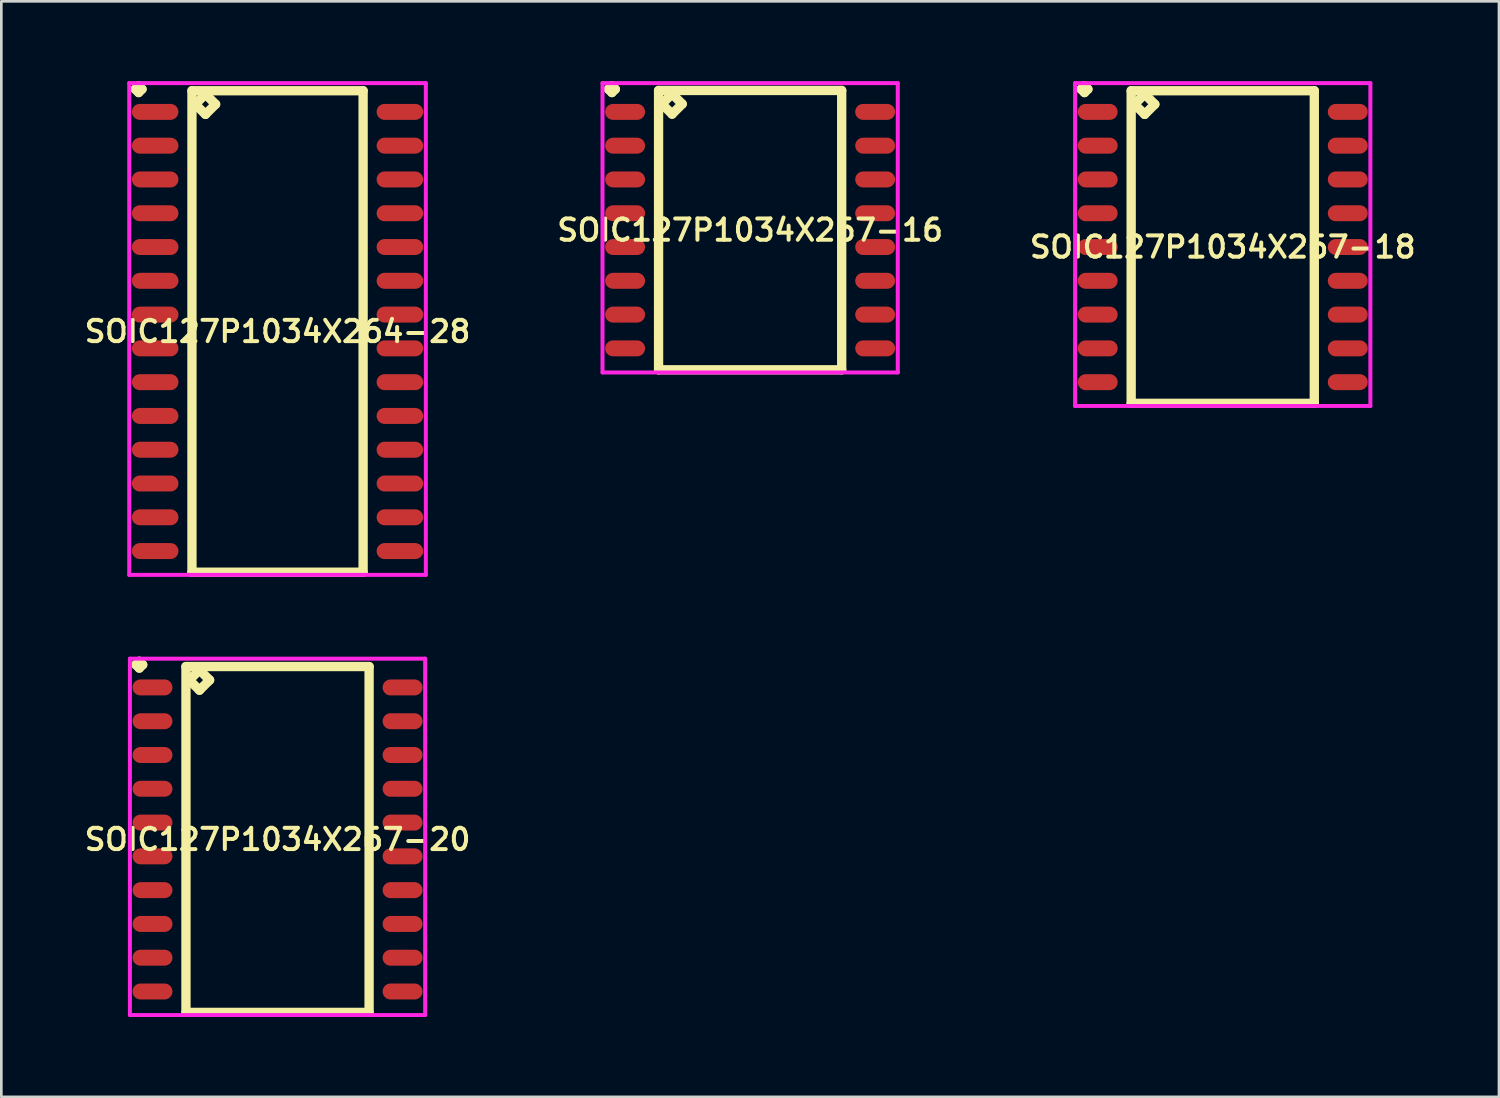
<source format=kicad_pcb>
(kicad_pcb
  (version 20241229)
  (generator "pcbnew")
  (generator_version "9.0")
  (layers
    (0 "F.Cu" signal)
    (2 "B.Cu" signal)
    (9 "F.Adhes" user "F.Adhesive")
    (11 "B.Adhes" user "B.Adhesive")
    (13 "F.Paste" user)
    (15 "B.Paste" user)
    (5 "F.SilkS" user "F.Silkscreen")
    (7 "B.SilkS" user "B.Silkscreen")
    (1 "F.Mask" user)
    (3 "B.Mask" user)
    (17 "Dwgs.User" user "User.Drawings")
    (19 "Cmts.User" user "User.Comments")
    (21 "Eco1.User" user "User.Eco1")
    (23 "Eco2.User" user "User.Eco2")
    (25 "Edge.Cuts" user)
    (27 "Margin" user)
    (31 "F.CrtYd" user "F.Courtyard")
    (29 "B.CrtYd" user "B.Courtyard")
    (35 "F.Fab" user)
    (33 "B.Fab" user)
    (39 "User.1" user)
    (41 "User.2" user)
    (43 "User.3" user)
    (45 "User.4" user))
  (footprint "SOIC127P1034X267-20"
    (layer "F.Cu")
    (at 7.383 28.507)
    (property "Reference" "SOIC127P1034X267-20" (at 0 0 0) (layer "F.SilkS") (effects (font (size 0.8 0.8) (thickness 0.15))))
    (attr through_hole)
    (fp_line (start -5.323 -6.569) (end -5.196 -6.696) (stroke (width 0.35) (type solid)) (layer "F.SilkS"))
    (fp_line (start -5.196 -6.696) (end -5.069 -6.569) (stroke (width 0.35) (type solid)) (layer "F.SilkS"))
    (fp_line (start -5.196 -6.442) (end -5.323 -6.569) (stroke (width 0.35) (type solid)) (layer "F.SilkS"))
    (fp_line (start -5.069 -6.569) (end -5.196 -6.442) (stroke (width 0.35) (type solid)) (layer "F.SilkS"))
    (fp_line (start -3.442 -6.5) (end -3.442 6.5) (stroke (width 0.35) (type solid)) (layer "F.SilkS"))
    (fp_line (start -3.442 6.5) (end 3.442 6.5) (stroke (width 0.35) (type solid)) (layer "F.SilkS"))
    (fp_line (start -3.315 -5.992) (end -2.934 -6.373) (stroke (width 0.35) (type solid)) (layer "F.SilkS"))
    (fp_line (start -2.934 -6.373) (end -2.553 -5.992) (stroke (width 0.35) (type solid)) (layer "F.SilkS"))
    (fp_line (start -2.934 -5.611) (end -3.315 -5.992) (stroke (width 0.35) (type solid)) (layer "F.SilkS"))
    (fp_line (start -2.553 -5.992) (end -2.934 -5.611) (stroke (width 0.35) (type solid)) (layer "F.SilkS"))
    (fp_line (start 3.442 -6.5) (end -3.442 -6.5) (stroke (width 0.35) (type solid)) (layer "F.SilkS"))
    (fp_line (start 3.442 6.5) (end 3.442 -6.5) (stroke (width 0.35) (type solid)) (layer "F.SilkS"))
    (fp_line (start -5.55 -6.796) (end 5.55 -6.796) (stroke (width 0.15) (type solid)) (layer "F.CrtYd"))
    (fp_line (start -5.55 6.6) (end -5.55 -6.796) (stroke (width 0.15) (type solid)) (layer "F.CrtYd"))
    (fp_line (start 5.55 -6.796) (end 5.55 6.6) (stroke (width 0.15) (type solid)) (layer "F.CrtYd"))
    (fp_line (start 5.55 6.6) (end -5.55 6.6) (stroke (width 0.15) (type solid)) (layer "F.CrtYd"))
    (pad "1" smd oval (at -4.7 -5.715) (size 1.5 0.6) (layers "F.Cu" "F.Mask" "F.Paste"))
    (pad "2" smd oval (at -4.7 -4.445) (size 1.5 0.6) (layers "F.Cu" "F.Mask" "F.Paste"))
    (pad "3" smd oval (at -4.7 -3.175) (size 1.5 0.6) (layers "F.Cu" "F.Mask" "F.Paste"))
    (pad "4" smd oval (at -4.7 -1.905) (size 1.5 0.6) (layers "F.Cu" "F.Mask" "F.Paste"))
    (pad "5" smd oval (at -4.7 -0.635) (size 1.5 0.6) (layers "F.Cu" "F.Mask" "F.Paste"))
    (pad "6" smd oval (at -4.7 0.635) (size 1.5 0.6) (layers "F.Cu" "F.Mask" "F.Paste"))
    (pad "7" smd oval (at -4.7 1.905) (size 1.5 0.6) (layers "F.Cu" "F.Mask" "F.Paste"))
    (pad "8" smd oval (at -4.7 3.175) (size 1.5 0.6) (layers "F.Cu" "F.Mask" "F.Paste"))
    (pad "9" smd oval (at -4.7 4.445) (size 1.5 0.6) (layers "F.Cu" "F.Mask" "F.Paste"))
    (pad "10" smd oval (at -4.7 5.715) (size 1.5 0.6) (layers "F.Cu" "F.Mask" "F.Paste"))
    (pad "11" smd oval (at 4.7 5.715) (size 1.5 0.6) (layers "F.Cu" "F.Mask" "F.Paste"))
    (pad "12" smd oval (at 4.7 4.445) (size 1.5 0.6) (layers "F.Cu" "F.Mask" "F.Paste"))
    (pad "13" smd oval (at 4.7 3.175) (size 1.5 0.6) (layers "F.Cu" "F.Mask" "F.Paste"))
    (pad "14" smd oval (at 4.7 1.905) (size 1.5 0.6) (layers "F.Cu" "F.Mask" "F.Paste"))
    (pad "15" smd oval (at 4.7 0.635) (size 1.5 0.6) (layers "F.Cu" "F.Mask" "F.Paste"))
    (pad "16" smd oval (at 4.7 -0.635) (size 1.5 0.6) (layers "F.Cu" "F.Mask" "F.Paste"))
    (pad "17" smd oval (at 4.7 -1.905) (size 1.5 0.6) (layers "F.Cu" "F.Mask" "F.Paste"))
    (pad "18" smd oval (at 4.7 -3.175) (size 1.5 0.6) (layers "F.Cu" "F.Mask" "F.Paste"))
    (pad "19" smd oval (at 4.7 -4.445) (size 1.5 0.6) (layers "F.Cu" "F.Mask" "F.Paste"))
    (pad "20" smd oval (at 4.7 -5.715) (size 1.5 0.6) (layers "F.Cu" "F.Mask" "F.Paste")))
  (footprint "SOIC127P1034X267-18"
    (layer "F.Cu")
    (at 42.915 6.236)
    (property "Reference" "SOIC127P1034X267-18" (at 0 0 0) (layer "F.SilkS") (effects (font (size 0.8 0.8) (thickness 0.15))))
    (attr smd)
    (fp_line (start -5.323 -5.934) (end -5.196 -6.061) (stroke (width 0.35) (type solid)) (layer "F.SilkS"))
    (fp_line (start -5.196 -6.061) (end -5.069 -5.934) (stroke (width 0.35) (type solid)) (layer "F.SilkS"))
    (fp_line (start -5.196 -5.807) (end -5.323 -5.934) (stroke (width 0.35) (type solid)) (layer "F.SilkS"))
    (fp_line (start -5.069 -5.934) (end -5.196 -5.807) (stroke (width 0.35) (type solid)) (layer "F.SilkS"))
    (fp_line (start -3.442 -5.875) (end -3.442 5.875) (stroke (width 0.35) (type solid)) (layer "F.SilkS"))
    (fp_line (start -3.442 5.875) (end 3.442 5.875) (stroke (width 0.35) (type solid)) (layer "F.SilkS"))
    (fp_line (start -3.315 -5.367) (end -2.934 -5.748) (stroke (width 0.35) (type solid)) (layer "F.SilkS"))
    (fp_line (start -2.934 -5.748) (end -2.553 -5.367) (stroke (width 0.35) (type solid)) (layer "F.SilkS"))
    (fp_line (start -2.934 -4.986) (end -3.315 -5.367) (stroke (width 0.35) (type solid)) (layer "F.SilkS"))
    (fp_line (start -2.553 -5.367) (end -2.934 -4.986) (stroke (width 0.35) (type solid)) (layer "F.SilkS"))
    (fp_line (start 3.442 -5.875) (end -3.442 -5.875) (stroke (width 0.35) (type solid)) (layer "F.SilkS"))
    (fp_line (start 3.442 5.875) (end 3.442 -5.875) (stroke (width 0.35) (type solid)) (layer "F.SilkS"))
    (fp_line (start -5.55 -6.161) (end 5.55 -6.161) (stroke (width 0.15) (type solid)) (layer "F.CrtYd"))
    (fp_line (start -5.55 5.975) (end -5.55 -6.161) (stroke (width 0.15) (type solid)) (layer "F.CrtYd"))
    (fp_line (start 5.55 -6.161) (end 5.55 5.975) (stroke (width 0.15) (type solid)) (layer "F.CrtYd"))
    (fp_line (start 5.55 5.975) (end -5.55 5.975) (stroke (width 0.15) (type solid)) (layer "F.CrtYd"))
    (pad "1" smd oval (at -4.7 -5.08) (size 1.5 0.6) (layers "F.Cu" "F.Mask" "F.Paste"))
    (pad "2" smd oval (at -4.7 -3.81) (size 1.5 0.6) (layers "F.Cu" "F.Mask" "F.Paste"))
    (pad "3" smd oval (at -4.7 -2.54) (size 1.5 0.6) (layers "F.Cu" "F.Mask" "F.Paste"))
    (pad "4" smd oval (at -4.7 -1.27) (size 1.5 0.6) (layers "F.Cu" "F.Mask" "F.Paste"))
    (pad "5" smd oval (at -4.7 0) (size 1.5 0.6) (layers "F.Cu" "F.Mask" "F.Paste"))
    (pad "6" smd oval (at -4.7 1.27) (size 1.5 0.6) (layers "F.Cu" "F.Mask" "F.Paste"))
    (pad "7" smd oval (at -4.7 2.54) (size 1.5 0.6) (layers "F.Cu" "F.Mask" "F.Paste"))
    (pad "8" smd oval (at -4.7 3.81) (size 1.5 0.6) (layers "F.Cu" "F.Mask" "F.Paste"))
    (pad "9" smd oval (at -4.7 5.08) (size 1.5 0.6) (layers "F.Cu" "F.Mask" "F.Paste"))
    (pad "10" smd oval (at 4.7 5.08) (size 1.5 0.6) (layers "F.Cu" "F.Mask" "F.Paste"))
    (pad "11" smd oval (at 4.7 3.81) (size 1.5 0.6) (layers "F.Cu" "F.Mask" "F.Paste"))
    (pad "12" smd oval (at 4.7 2.54) (size 1.5 0.6) (layers "F.Cu" "F.Mask" "F.Paste"))
    (pad "13" smd oval (at 4.7 1.27) (size 1.5 0.6) (layers "F.Cu" "F.Mask" "F.Paste"))
    (pad "14" smd oval (at 4.7 0) (size 1.5 0.6) (layers "F.Cu" "F.Mask" "F.Paste"))
    (pad "15" smd oval (at 4.7 -1.27) (size 1.5 0.6) (layers "F.Cu" "F.Mask" "F.Paste"))
    (pad "16" smd oval (at 4.7 -2.54) (size 1.5 0.6) (layers "F.Cu" "F.Mask" "F.Paste"))
    (pad "17" smd oval (at 4.7 -3.81) (size 1.5 0.6) (layers "F.Cu" "F.Mask" "F.Paste"))
    (pad "18" smd oval (at 4.7 -5.08) (size 1.5 0.6) (layers "F.Cu" "F.Mask" "F.Paste")))
  (footprint "SOIC127P1034X264-28"
    (layer "F.Cu")
    (at 7.383 9.411)
    (property "Reference" "SOIC127P1034X264-28" (at 0 0 0) (layer "F.SilkS") (effects (font (size 0.8 0.8) (thickness 0.15))))
    (attr through_hole)
    (fp_line (start -5.348 -9.109) (end -5.221 -9.236) (stroke (width 0.35) (type solid)) (layer "F.SilkS"))
    (fp_line (start -5.221 -9.236) (end -5.094 -9.109) (stroke (width 0.35) (type solid)) (layer "F.SilkS"))
    (fp_line (start -5.221 -8.982) (end -5.348 -9.109) (stroke (width 0.35) (type solid)) (layer "F.SilkS"))
    (fp_line (start -5.094 -9.109) (end -5.221 -8.982) (stroke (width 0.35) (type solid)) (layer "F.SilkS"))
    (fp_line (start -3.217 -9.05) (end -3.217 9.05) (stroke (width 0.35) (type solid)) (layer "F.SilkS"))
    (fp_line (start -3.217 9.05) (end 3.217 9.05) (stroke (width 0.35) (type solid)) (layer "F.SilkS"))
    (fp_line (start -3.09 -8.542) (end -2.709 -8.923) (stroke (width 0.35) (type solid)) (layer "F.SilkS"))
    (fp_line (start -2.709 -8.923) (end -2.328 -8.542) (stroke (width 0.35) (type solid)) (layer "F.SilkS"))
    (fp_line (start -2.709 -8.161) (end -3.09 -8.542) (stroke (width 0.35) (type solid)) (layer "F.SilkS"))
    (fp_line (start -2.328 -8.542) (end -2.709 -8.161) (stroke (width 0.35) (type solid)) (layer "F.SilkS"))
    (fp_line (start 3.217 -9.05) (end -3.217 -9.05) (stroke (width 0.35) (type solid)) (layer "F.SilkS"))
    (fp_line (start 3.217 9.05) (end 3.217 -9.05) (stroke (width 0.35) (type solid)) (layer "F.SilkS"))
    (fp_line (start -5.575 -9.336) (end 5.575 -9.336) (stroke (width 0.15) (type solid)) (layer "F.CrtYd"))
    (fp_line (start -5.575 9.15) (end -5.575 -9.336) (stroke (width 0.15) (type solid)) (layer "F.CrtYd"))
    (fp_line (start 5.575 -9.336) (end 5.575 9.15) (stroke (width 0.15) (type solid)) (layer "F.CrtYd"))
    (fp_line (start 5.575 9.15) (end -5.575 9.15) (stroke (width 0.15) (type solid)) (layer "F.CrtYd"))
    (pad "1" smd oval (at -4.6 -8.255) (size 1.75 0.6) (layers "F.Cu" "F.Mask" "F.Paste"))
    (pad "2" smd oval (at -4.6 -6.985) (size 1.75 0.6) (layers "F.Cu" "F.Mask" "F.Paste"))
    (pad "3" smd oval (at -4.6 -5.715) (size 1.75 0.6) (layers "F.Cu" "F.Mask" "F.Paste"))
    (pad "4" smd oval (at -4.6 -4.445) (size 1.75 0.6) (layers "F.Cu" "F.Mask" "F.Paste"))
    (pad "5" smd oval (at -4.6 -3.175) (size 1.75 0.6) (layers "F.Cu" "F.Mask" "F.Paste"))
    (pad "6" smd oval (at -4.6 -1.905) (size 1.75 0.6) (layers "F.Cu" "F.Mask" "F.Paste"))
    (pad "7" smd oval (at -4.6 -0.635) (size 1.75 0.6) (layers "F.Cu" "F.Mask" "F.Paste"))
    (pad "8" smd oval (at -4.6 0.635) (size 1.75 0.6) (layers "F.Cu" "F.Mask" "F.Paste"))
    (pad "9" smd oval (at -4.6 1.905) (size 1.75 0.6) (layers "F.Cu" "F.Mask" "F.Paste"))
    (pad "10" smd oval (at -4.6 3.175) (size 1.75 0.6) (layers "F.Cu" "F.Mask" "F.Paste"))
    (pad "11" smd oval (at -4.6 4.445) (size 1.75 0.6) (layers "F.Cu" "F.Mask" "F.Paste"))
    (pad "12" smd oval (at -4.6 5.715) (size 1.75 0.6) (layers "F.Cu" "F.Mask" "F.Paste"))
    (pad "13" smd oval (at -4.6 6.985) (size 1.75 0.6) (layers "F.Cu" "F.Mask" "F.Paste"))
    (pad "14" smd oval (at -4.6 8.255) (size 1.75 0.6) (layers "F.Cu" "F.Mask" "F.Paste"))
    (pad "15" smd oval (at 4.6 8.255) (size 1.75 0.6) (layers "F.Cu" "F.Mask" "F.Paste"))
    (pad "16" smd oval (at 4.6 6.985) (size 1.75 0.6) (layers "F.Cu" "F.Mask" "F.Paste"))
    (pad "17" smd oval (at 4.6 5.715) (size 1.75 0.6) (layers "F.Cu" "F.Mask" "F.Paste"))
    (pad "18" smd oval (at 4.6 4.445) (size 1.75 0.6) (layers "F.Cu" "F.Mask" "F.Paste"))
    (pad "19" smd oval (at 4.6 3.175) (size 1.75 0.6) (layers "F.Cu" "F.Mask" "F.Paste"))
    (pad "20" smd oval (at 4.6 1.905) (size 1.75 0.6) (layers "F.Cu" "F.Mask" "F.Paste"))
    (pad "21" smd oval (at 4.6 0.635) (size 1.75 0.6) (layers "F.Cu" "F.Mask" "F.Paste"))
    (pad "22" smd oval (at 4.6 -0.635) (size 1.75 0.6) (layers "F.Cu" "F.Mask" "F.Paste"))
    (pad "23" smd oval (at 4.6 -1.905) (size 1.75 0.6) (layers "F.Cu" "F.Mask" "F.Paste"))
    (pad "24" smd oval (at 4.6 -3.175) (size 1.75 0.6) (layers "F.Cu" "F.Mask" "F.Paste"))
    (pad "25" smd oval (at 4.6 -4.445) (size 1.75 0.6) (layers "F.Cu" "F.Mask" "F.Paste"))
    (pad "26" smd oval (at 4.6 -5.715) (size 1.75 0.6) (layers "F.Cu" "F.Mask" "F.Paste"))
    (pad "27" smd oval (at 4.6 -6.985) (size 1.75 0.6) (layers "F.Cu" "F.Mask" "F.Paste"))
    (pad "28" smd oval (at 4.6 -8.255) (size 1.75 0.6) (layers "F.Cu" "F.Mask" "F.Paste")))
  (footprint "SOIC127P1034X267-16"
    (layer "F.Cu")
    (at 25.149 5.601)
    (property "Reference" "SOIC127P1034X267-16" (at 0 0 0) (layer "F.SilkS") (effects (font (size 0.8 0.8) (thickness 0.15))))
    (attr smd)
    (fp_line (start -5.323 -5.299) (end -5.196 -5.426) (stroke (width 0.35) (type solid)) (layer "F.SilkS"))
    (fp_line (start -5.196 -5.426) (end -5.069 -5.299) (stroke (width 0.35) (type solid)) (layer "F.SilkS"))
    (fp_line (start -5.196 -5.172) (end -5.323 -5.299) (stroke (width 0.35) (type solid)) (layer "F.SilkS"))
    (fp_line (start -5.069 -5.299) (end -5.196 -5.172) (stroke (width 0.35) (type solid)) (layer "F.SilkS"))
    (fp_line (start -3.442 -5.25) (end -3.442 5.25) (stroke (width 0.35) (type solid)) (layer "F.SilkS"))
    (fp_line (start -3.442 5.25) (end 3.442 5.25) (stroke (width 0.35) (type solid)) (layer "F.SilkS"))
    (fp_line (start -3.315 -4.742) (end -2.934 -5.123) (stroke (width 0.35) (type solid)) (layer "F.SilkS"))
    (fp_line (start -2.934 -5.123) (end -2.553 -4.742) (stroke (width 0.35) (type solid)) (layer "F.SilkS"))
    (fp_line (start -2.934 -4.361) (end -3.315 -4.742) (stroke (width 0.35) (type solid)) (layer "F.SilkS"))
    (fp_line (start -2.553 -4.742) (end -2.934 -4.361) (stroke (width 0.35) (type solid)) (layer "F.SilkS"))
    (fp_line (start 3.442 -5.25) (end -3.442 -5.25) (stroke (width 0.35) (type solid)) (layer "F.SilkS"))
    (fp_line (start 3.442 5.25) (end 3.442 -5.25) (stroke (width 0.35) (type solid)) (layer "F.SilkS"))
    (fp_line (start -5.55 -5.526) (end 5.55 -5.526) (stroke (width 0.15) (type solid)) (layer "F.CrtYd"))
    (fp_line (start -5.55 5.35) (end -5.55 -5.526) (stroke (width 0.15) (type solid)) (layer "F.CrtYd"))
    (fp_line (start 5.55 -5.526) (end 5.55 5.35) (stroke (width 0.15) (type solid)) (layer "F.CrtYd"))
    (fp_line (start 5.55 5.35) (end -5.55 5.35) (stroke (width 0.15) (type solid)) (layer "F.CrtYd"))
    (pad "1" smd oval (at -4.7 -4.445) (size 1.5 0.6) (layers "F.Cu" "F.Mask" "F.Paste"))
    (pad "2" smd oval (at -4.7 -3.175) (size 1.5 0.6) (layers "F.Cu" "F.Mask" "F.Paste"))
    (pad "3" smd oval (at -4.7 -1.905) (size 1.5 0.6) (layers "F.Cu" "F.Mask" "F.Paste"))
    (pad "4" smd oval (at -4.7 -0.635) (size 1.5 0.6) (layers "F.Cu" "F.Mask" "F.Paste"))
    (pad "5" smd oval (at -4.7 0.635) (size 1.5 0.6) (layers "F.Cu" "F.Mask" "F.Paste"))
    (pad "6" smd oval (at -4.7 1.905) (size 1.5 0.6) (layers "F.Cu" "F.Mask" "F.Paste"))
    (pad "7" smd oval (at -4.7 3.175) (size 1.5 0.6) (layers "F.Cu" "F.Mask" "F.Paste"))
    (pad "8" smd oval (at -4.7 4.445) (size 1.5 0.6) (layers "F.Cu" "F.Mask" "F.Paste"))
    (pad "9" smd oval (at 4.7 4.445) (size 1.5 0.6) (layers "F.Cu" "F.Mask" "F.Paste"))
    (pad "10" smd oval (at 4.7 3.175) (size 1.5 0.6) (layers "F.Cu" "F.Mask" "F.Paste"))
    (pad "11" smd oval (at 4.7 1.905) (size 1.5 0.6) (layers "F.Cu" "F.Mask" "F.Paste"))
    (pad "12" smd oval (at 4.7 0.635) (size 1.5 0.6) (layers "F.Cu" "F.Mask" "F.Paste"))
    (pad "13" smd oval (at 4.7 -0.635) (size 1.5 0.6) (layers "F.Cu" "F.Mask" "F.Paste"))
    (pad "14" smd oval (at 4.7 -1.905) (size 1.5 0.6) (layers "F.Cu" "F.Mask" "F.Paste"))
    (pad "15" smd oval (at 4.7 -3.175) (size 1.5 0.6) (layers "F.Cu" "F.Mask" "F.Paste"))
    (pad "16" smd oval (at 4.7 -4.445) (size 1.5 0.6) (layers "F.Cu" "F.Mask" "F.Paste")))
  (gr_rect
    (start -3 -3)
    (end 53.299 38.182)
    (stroke (width 0.1) (type default))
    (fill no)
    (layer "Edge.Cuts")))
</source>
